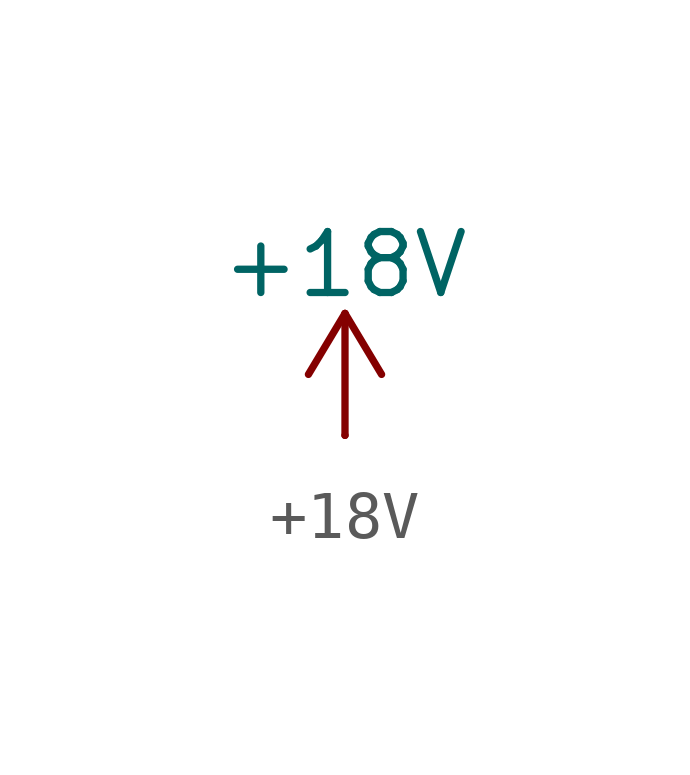
<source format=kicad_sym>
(kicad_symbol_lib
  (version 20241209)
  (generator "kicad_symbol_editor")
  (generator_version "9.0")
  (symbol "+18V"
    (power)
    (pin_numbers
      (hide yes))
    (pin_names
      (offset 0)
      (hide yes))
    (property "Reference" "#PWR"
      (at 0 -3.81 0)
      (effects (font (size 1.27 1.27)) (hide yes)))
    (property "Value" "+18V"
      (at 0 3.556 0)
      (do_not_autoplace)
      (effects (font (size 1.27 1.27))))
    (symbol "+18V_0_1"
      (polyline (pts (xy -0.762 1.27) (xy 0 2.54)) (stroke (width 0) (type default)) (fill (type none)))
      (polyline (pts (xy 0 2.54) (xy 0.762 1.27)) (stroke (width 0) (type default)) (fill (type none)))
      (polyline (pts (xy 0 0) (xy 0 2.54)) (stroke (width 0) (type default)) (fill (type none))))
    (symbol "+18V_1_1"
      (pin power_in line (at 0 0 90) (length 0) (name "~" (effects (font (size 1.27 1.27)))) (number "1" (effects (font (size 1.27 1.27))))))))
</source>
